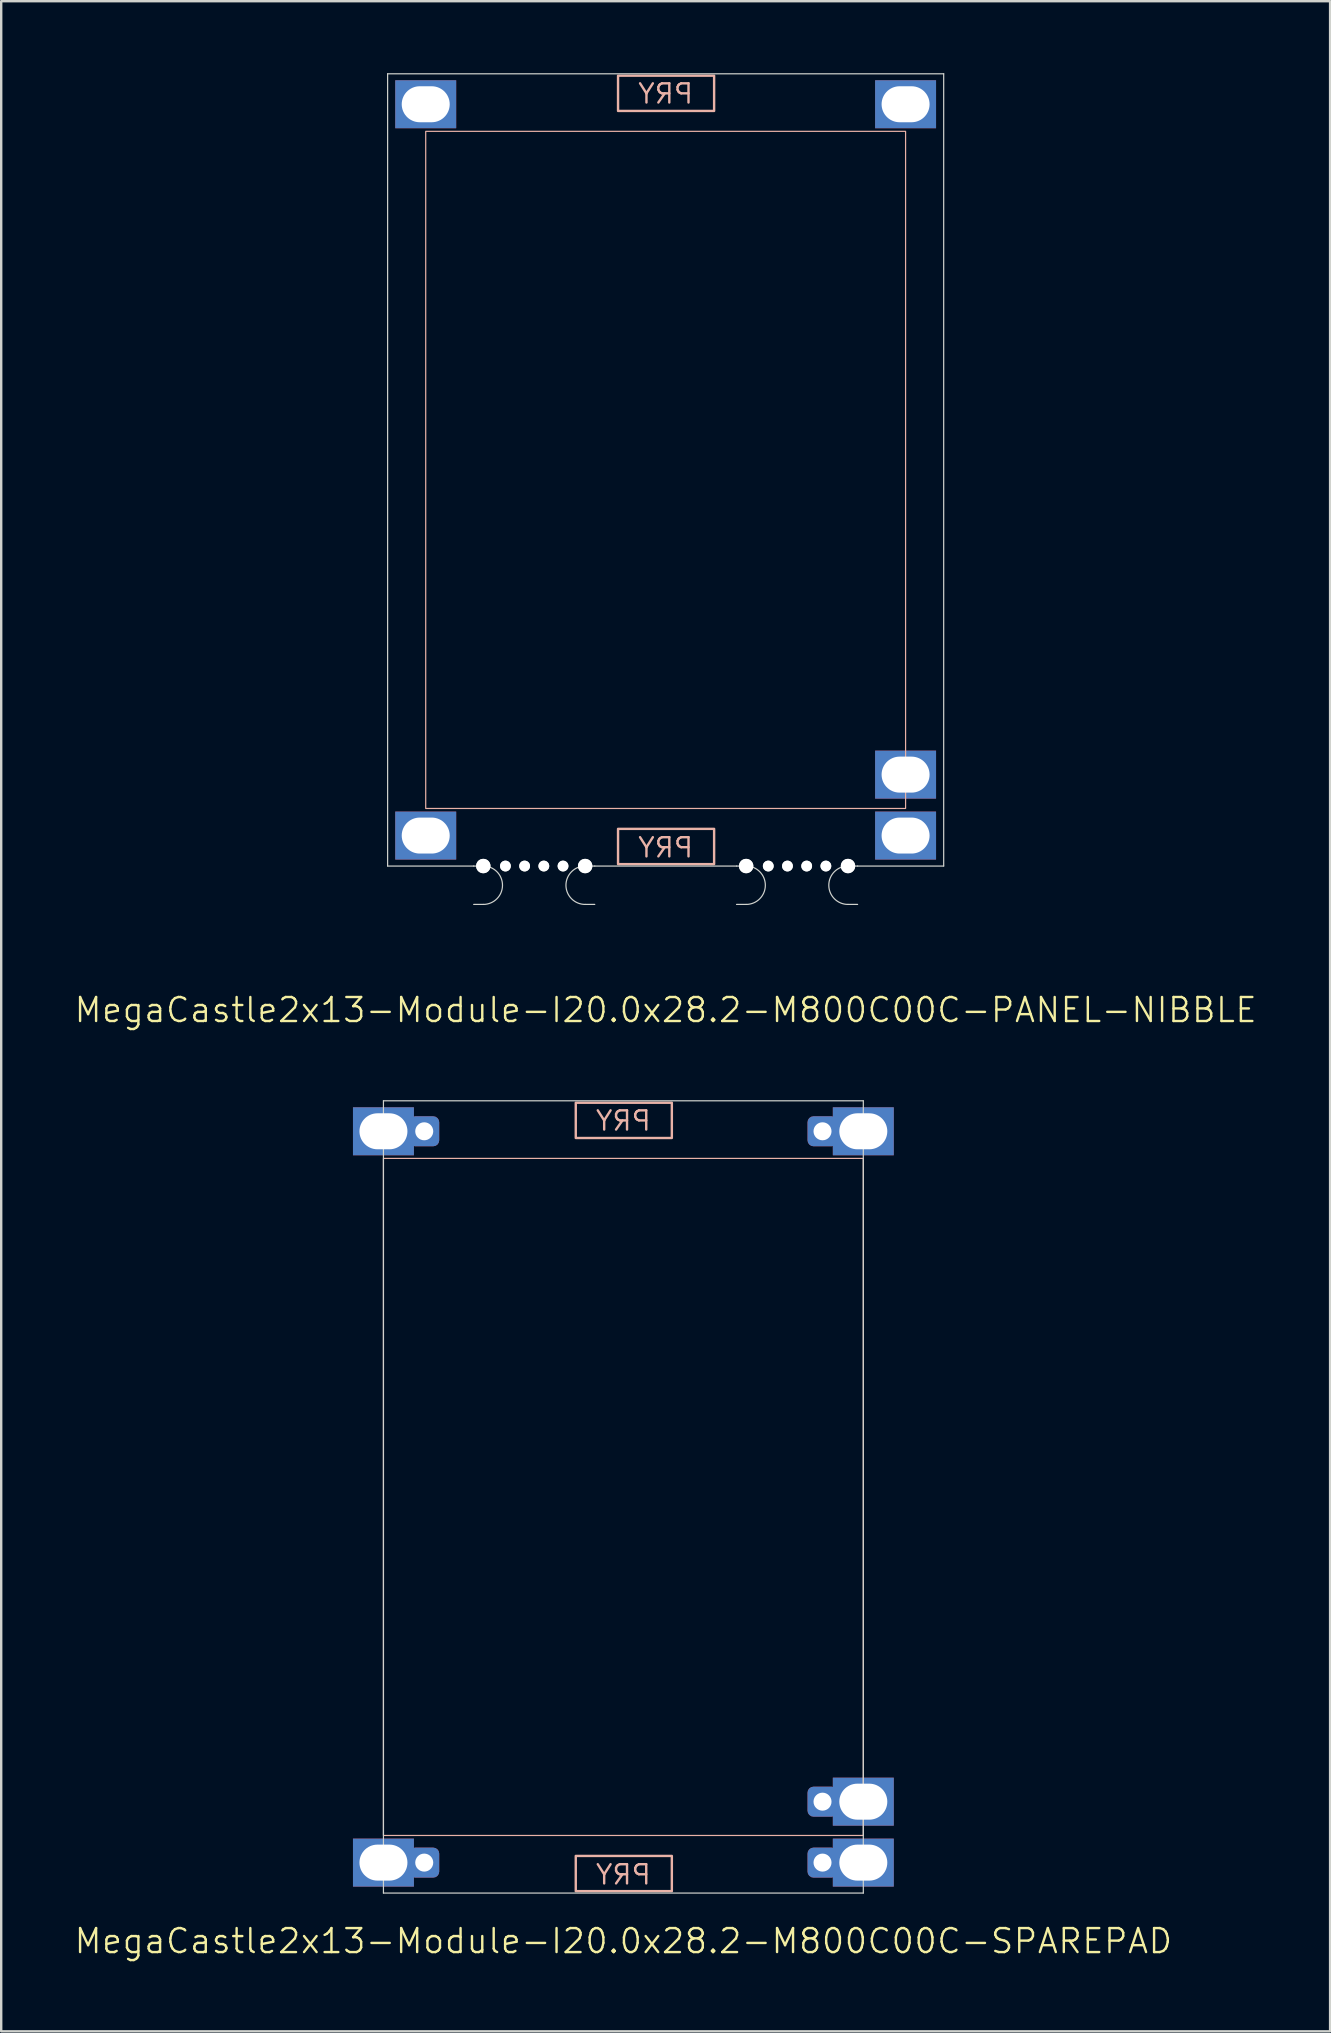
<source format=kicad_pcb>
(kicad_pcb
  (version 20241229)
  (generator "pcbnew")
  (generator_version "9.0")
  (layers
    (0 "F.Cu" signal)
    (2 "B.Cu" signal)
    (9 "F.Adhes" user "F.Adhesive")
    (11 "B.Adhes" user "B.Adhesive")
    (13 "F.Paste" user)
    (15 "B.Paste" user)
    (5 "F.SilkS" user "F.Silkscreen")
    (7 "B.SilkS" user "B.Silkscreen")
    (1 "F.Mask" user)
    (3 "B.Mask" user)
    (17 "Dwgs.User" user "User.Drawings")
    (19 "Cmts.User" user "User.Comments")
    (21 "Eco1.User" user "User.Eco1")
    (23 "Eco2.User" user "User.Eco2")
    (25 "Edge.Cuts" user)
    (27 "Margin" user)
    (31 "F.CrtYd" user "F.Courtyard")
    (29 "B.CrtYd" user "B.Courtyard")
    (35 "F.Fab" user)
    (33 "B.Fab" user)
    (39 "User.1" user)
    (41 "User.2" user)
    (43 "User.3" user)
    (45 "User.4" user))
  (footprint "MegaCastle2x13-Module-I20.0x28.2-M800C00C-PANEL-NIBBLE"
    (layer "F.Cu")
    (at 24.693 16.535)
    (property "Reference" "MegaCastle2x13-Module-I20.0x28.2-M800C00C-PANEL-NIBBLE" (at 0 22.51 0) (unlocked yes) (layer "F.SilkS") (effects (font (size 1 1) (thickness 0.1))))
    (attr smd)
    (fp_rect (start -10 14.11) (end 10 -14.11) (stroke (width 0.05) (type default)) (fill no) (layer "B.SilkS"))
    (fp_rect (start -1.984 -14.961) (end 2.02 -16.43) (stroke (width 0.1) (type default)) (fill no) (layer "B.SilkS"))
    (fp_rect (start -1.984 14.961) (end 2.02 16.43) (stroke (width 0.1) (type default)) (fill no) (layer "B.SilkS"))
    (fp_line (start -11.588 -16.51) (end -11.588 16.51) (stroke (width 0.05) (type default)) (layer "Edge.Cuts"))
    (fp_line (start -11.588 -16.51) (end 11.588 -16.51) (stroke (width 0.05) (type default)) (layer "Edge.Cuts"))
    (fp_line (start -11.588 16.51) (end -8 16.51) (stroke (width 0.05) (type default)) (layer "Edge.Cuts"))
    (fp_line (start -8 16.51) (end -7.6 16.51) (stroke (width 0.05) (type default)) (layer "Edge.Cuts"))
    (fp_line (start -8 18.11) (end -7.6 18.11) (stroke (width 0.05) (type default)) (layer "Edge.Cuts"))
    (fp_line (start -2.955 16.51) (end -3.355 16.51) (stroke (width 0.05) (type default)) (layer "Edge.Cuts"))
    (fp_line (start -2.955 16.51) (end 2.955 16.51) (stroke (width 0.05) (type default)) (layer "Edge.Cuts"))
    (fp_line (start -2.955 18.11) (end -3.355 18.11) (stroke (width 0.05) (type default)) (layer "Edge.Cuts"))
    (fp_line (start 2.955 16.51) (end 3.355 16.51) (stroke (width 0.05) (type default)) (layer "Edge.Cuts"))
    (fp_line (start 2.955 18.11) (end 3.355 18.11) (stroke (width 0.05) (type default)) (layer "Edge.Cuts"))
    (fp_line (start 8 16.51) (end 7.6 16.51) (stroke (width 0.05) (type default)) (layer "Edge.Cuts"))
    (fp_line (start 8 16.51) (end 11.588 16.51) (stroke (width 0.05) (type default)) (layer "Edge.Cuts"))
    (fp_line (start 8 18.11) (end 7.6 18.11) (stroke (width 0.05) (type default)) (layer "Edge.Cuts"))
    (fp_line (start 11.588 -16.51) (end 11.588 16.51) (stroke (width 0.05) (type default)) (layer "Edge.Cuts"))
    (fp_arc (start -7.6 16.51) (mid -6.8 17.309999) (end -7.6 18.110001) (stroke (width 0.05) (type default)) (layer "Edge.Cuts"))
    (fp_arc (start -3.355 18.110001) (mid -4.155 17.310001) (end -3.355 16.51) (stroke (width 0.05) (type default)) (layer "Edge.Cuts"))
    (fp_arc (start 3.355 16.51) (mid 4.155 17.309999) (end 3.355 18.110001) (stroke (width 0.05) (type default)) (layer "Edge.Cuts"))
    (fp_arc (start 7.6 18.110001) (mid 6.799999 17.31) (end 7.6 16.51) (stroke (width 0.05) (type default)) (layer "Edge.Cuts"))
    (fp_text user "PRY" (at 0 -15.21 0) (unlocked yes) (layer "B.SilkS") (effects (font (size 0.8 0.8) (thickness 0.1)) (justify bottom mirror)))
    (fp_text user "PRY" (at 0 16.21 0) (unlocked yes) (layer "B.SilkS") (effects (font (size 0.8 0.8) (thickness 0.1)) (justify bottom mirror)))
    (pad "" np_thru_hole circle (at -7.6 16.51) (size 0.6 0.6) (drill 0.6) (layers "*.Cu" "Edge.Cuts"))
    (pad "" np_thru_hole circle (at -6.678 16.51) (size 0.45 0.45) (drill 0.45) (layers "*.Cu" "Edge.Cuts"))
    (pad "" np_thru_hole circle (at -5.878 16.51) (size 0.45 0.45) (drill 0.45) (layers "*.Cu" "Edge.Cuts"))
    (pad "" np_thru_hole circle (at -5.077 16.51) (size 0.45 0.45) (drill 0.45) (layers "*.Cu" "Edge.Cuts"))
    (pad "" np_thru_hole circle (at -4.277 16.51) (size 0.45 0.45) (drill 0.45) (layers "*.Cu" "Edge.Cuts"))
    (pad "" np_thru_hole circle (at -3.355 16.51) (size 0.6 0.6) (drill 0.6) (layers "*.Cu" "Edge.Cuts"))
    (pad "" np_thru_hole circle (at 3.355 16.51) (size 0.6 0.6) (drill 0.6) (layers "*.Cu" "Edge.Cuts"))
    (pad "" np_thru_hole circle (at 4.277 16.51) (size 0.45 0.45) (drill 0.45) (layers "*.Cu" "Edge.Cuts"))
    (pad "" np_thru_hole circle (at 5.077 16.51) (size 0.45 0.45) (drill 0.45) (layers "*.Cu" "Edge.Cuts"))
    (pad "" np_thru_hole circle (at 5.878 16.51) (size 0.45 0.45) (drill 0.45) (layers "*.Cu" "Edge.Cuts"))
    (pad "" np_thru_hole circle (at 6.678 16.51) (size 0.45 0.45) (drill 0.45) (layers "*.Cu" "Edge.Cuts"))
    (pad "" np_thru_hole circle (at 7.6 16.51) (size 0.6 0.6) (drill 0.6) (layers "*.Cu" "Edge.Cuts"))
    (pad "1" thru_hole rect (at -10 -15.24) (size 2.54 2) (drill oval 2 1.5) (property pad_prop_castellated) (layers "*.Cu" "*.Mask"))
    (pad "13" thru_hole rect (at -10 15.24) (size 2.54 2) (drill oval 2 1.5) (property pad_prop_castellated) (layers "*.Cu" "*.Mask"))
    (pad "14" thru_hole rect (at 10 -15.24) (size 2.54 2) (drill oval 2 1.5) (property pad_prop_castellated) (layers "*.Cu" "*.Mask"))
    (pad "25" thru_hole rect (at 10 12.7) (size 2.54 2) (drill oval 2 1.5) (property pad_prop_castellated) (layers "*.Cu" "*.Mask"))
    (pad "26" thru_hole rect (at 10 15.24) (size 2.54 2) (drill oval 2 1.5) (property pad_prop_castellated) (layers "*.Cu" "*.Mask"))
    (zone (net_name "") (layer "B.Cu") (hatch edge 0.5) (connect_pads) (min_thickness 0.25) (filled_areas_thickness no) (keepout (tracks allowed) (vias allowed) (pads allowed) (copperpour allowed) (footprints not_allowed)) (placement (enabled no)) (fill) (polygon (pts (xy 14.693 33.045) (xy 14.693 0.025))))
    (zone (net_name "") (layer "B.Cu") (hatch edge 0.5) (connect_pads) (min_thickness 0.25) (filled_areas_thickness no) (keepout (tracks allowed) (vias allowed) (pads allowed) (copperpour allowed) (footprints not_allowed)) (placement (enabled no)) (fill) (polygon (pts (xy 34.693 33.045) (xy 34.693 0.025))))
    (zone (net_name "") (layer "B.Cu") (hatch edge 0.5) (connect_pads) (min_thickness 0.25) (filled_areas_thickness no) (keepout (tracks allowed) (vias allowed) (pads allowed) (copperpour allowed) (footprints not_allowed)) (placement (enabled no)) (fill) (polygon (pts (xy 14.693 0.025) (xy 14.693 2.425) (xy 34.693 2.425) (xy 34.693 0.025))))
    (zone (net_name "") (layer "B.Cu") (hatch edge 0.5) (connect_pads) (min_thickness 0.25) (filled_areas_thickness no) (keepout (tracks allowed) (vias allowed) (pads allowed) (copperpour allowed) (footprints not_allowed)) (placement (enabled no)) (fill) (polygon (pts (xy 14.693 33.045) (xy 14.693 30.645) (xy 34.693 30.645) (xy 34.693 33.045))))
    (zone (net_name "") (layer "B.Cu") (name "Upper Pry Zone") (hatch edge 0.5) (connect_pads) (min_thickness 0.25) (filled_areas_thickness no) (keepout (tracks not_allowed) (vias not_allowed) (pads not_allowed) (copperpour allowed) (footprints not_allowed)) (placement (enabled no)) (fill) (polygon (pts (xy 22.709 1.574) (xy 22.709 0.105) (xy 26.712 0.105) (xy 26.712 1.574))))
    (zone (net_name "") (layer "B.Cu") (name "Upper Pry Zone") (hatch edge 0.5) (connect_pads) (min_thickness 0.25) (filled_areas_thickness no) (keepout (tracks not_allowed) (vias not_allowed) (pads not_allowed) (copperpour allowed) (footprints not_allowed)) (placement (enabled no)) (fill) (polygon (pts (xy 22.709 31.496) (xy 22.709 32.965) (xy 26.712 32.965) (xy 26.712 31.496)))))
  (footprint "MegaCastle2x13-Module-I20.0x28.2-M800C00C-SPAREPAD"
    (layer "F.Cu")
    (at 22.931 59.34)
    (property "Reference" "MegaCastle2x13-Module-I20.0x28.2-M800C00C-SPAREPAD" (at 0 18.51 0) (unlocked yes) (layer "F.SilkS") (effects (font (size 1 1) (thickness 0.1))))
    (attr smd)
    (fp_rect (start -10 14.11) (end 10 -14.11) (stroke (width 0.05) (type default)) (fill no) (layer "B.SilkS"))
    (fp_rect (start -1.984 -14.961) (end 2.02 -16.43) (stroke (width 0.1) (type default)) (fill no) (layer "B.SilkS"))
    (fp_rect (start -1.984 14.961) (end 2.02 16.43) (stroke (width 0.1) (type default)) (fill no) (layer "B.SilkS"))
    (fp_line (start -10 -16.51) (end -10 16.51) (stroke (width 0.05) (type default)) (layer "Edge.Cuts"))
    (fp_line (start -10 -16.51) (end 10 -16.51) (stroke (width 0.05) (type default)) (layer "Edge.Cuts"))
    (fp_line (start -10 16.51) (end 10 16.51) (stroke (width 0.05) (type default)) (layer "Edge.Cuts"))
    (fp_line (start 10 -16.51) (end 10 16.51) (stroke (width 0.05) (type default)) (layer "Edge.Cuts"))
    (fp_text user "PRY" (at 0 16.21 0) (unlocked yes) (layer "B.SilkS") (effects (font (size 0.8 0.8) (thickness 0.1)) (justify bottom mirror)))
    (fp_text user "PRY" (at 0 -15.21 0) (unlocked yes) (layer "B.SilkS") (effects (font (size 0.8 0.8) (thickness 0.1)) (justify bottom mirror)))
    (pad "1" thru_hole rect (at -10 -15.24) (size 2.54 2) (drill oval 2 1.5) (property pad_prop_castellated) (layers "*.Cu" "*.Mask"))
    (pad "1" thru_hole roundrect (at -8.3 -15.24 180) (size 1.25 1.25) (drill 0.75) (layers "*.Cu" "*.Mask") (roundrect_rratio 0.2))
    (pad "13" thru_hole rect (at -10 15.24) (size 2.54 2) (drill oval 2 1.5) (property pad_prop_castellated) (layers "*.Cu" "*.Mask"))
    (pad "13" thru_hole roundrect (at -8.3 15.24 180) (size 1.25 1.25) (drill 0.75) (layers "*.Cu" "*.Mask") (roundrect_rratio 0.2))
    (pad "14" thru_hole roundrect (at 8.3 -15.24 180) (size 1.25 1.25) (drill 0.75) (layers "*.Cu" "*.Mask") (roundrect_rratio 0.2))
    (pad "14" thru_hole rect (at 10 -15.24) (size 2.54 2) (drill oval 2 1.5) (property pad_prop_castellated) (layers "*.Cu" "*.Mask"))
    (pad "25" thru_hole roundrect (at 8.3 12.7 180) (size 1.25 1.25) (drill 0.75) (layers "*.Cu" "*.Mask") (roundrect_rratio 0.2))
    (pad "25" thru_hole rect (at 10 12.7) (size 2.54 2) (drill oval 2 1.5) (property pad_prop_castellated) (layers "*.Cu" "*.Mask"))
    (pad "26" thru_hole roundrect (at 8.3 15.24 180) (size 1.25 1.25) (drill 0.75) (layers "*.Cu" "*.Mask") (roundrect_rratio 0.2))
    (pad "26" thru_hole rect (at 10 15.24) (size 2.54 2) (drill oval 2 1.5) (property pad_prop_castellated) (layers "*.Cu" "*.Mask"))
    (zone (net_name "") (layer "B.Cu") (hatch edge 0.5) (connect_pads) (min_thickness 0.25) (filled_areas_thickness no) (keepout (tracks allowed) (vias allowed) (pads allowed) (copperpour allowed) (footprints not_allowed)) (placement (enabled no)) (fill) (polygon (pts (xy 12.931 75.85) (xy 12.931 42.831))))
    (zone (net_name "") (layer "B.Cu") (hatch edge 0.5) (connect_pads) (min_thickness 0.25) (filled_areas_thickness no) (keepout (tracks allowed) (vias allowed) (pads allowed) (copperpour allowed) (footprints not_allowed)) (placement (enabled no)) (fill) (polygon (pts (xy 32.931 75.85) (xy 32.931 42.831))))
    (zone (net_name "") (layer "B.Cu") (hatch edge 0.5) (connect_pads) (min_thickness 0.25) (filled_areas_thickness no) (keepout (tracks allowed) (vias allowed) (pads allowed) (copperpour allowed) (footprints not_allowed)) (placement (enabled no)) (fill) (polygon (pts (xy 12.931 42.831) (xy 12.931 45.23) (xy 32.931 45.23) (xy 32.931 42.831))))
    (zone (net_name "") (layer "B.Cu") (hatch edge 0.5) (connect_pads) (min_thickness 0.25) (filled_areas_thickness no) (keepout (tracks allowed) (vias allowed) (pads allowed) (copperpour allowed) (footprints not_allowed)) (placement (enabled no)) (fill) (polygon (pts (xy 12.931 75.85) (xy 12.931 73.451) (xy 32.931 73.451) (xy 32.931 75.85))))
    (zone (net_name "") (layer "B.Cu") (name "Upper Pry Zone") (hatch edge 0.5) (connect_pads) (min_thickness 0.25) (filled_areas_thickness no) (keepout (tracks not_allowed) (vias not_allowed) (pads not_allowed) (copperpour allowed) (footprints not_allowed)) (placement (enabled no)) (fill) (polygon (pts (xy 20.947 44.379) (xy 20.947 42.91) (xy 24.95 42.91) (xy 24.95 44.379))))
    (zone (net_name "") (layer "B.Cu") (name "Upper Pry Zone") (hatch edge 0.5) (connect_pads) (min_thickness 0.25) (filled_areas_thickness no) (keepout (tracks not_allowed) (vias not_allowed) (pads not_allowed) (copperpour allowed) (footprints not_allowed)) (placement (enabled no)) (fill) (polygon (pts (xy 20.947 74.302) (xy 20.947 75.77) (xy 24.95 75.77) (xy 24.95 74.302)))))
  (gr_rect
    (start -3 -3)
    (end 52.386 81.611)
    (stroke (width 0.1) (type default))
    (fill no)
    (layer "Edge.Cuts")))
</source>
